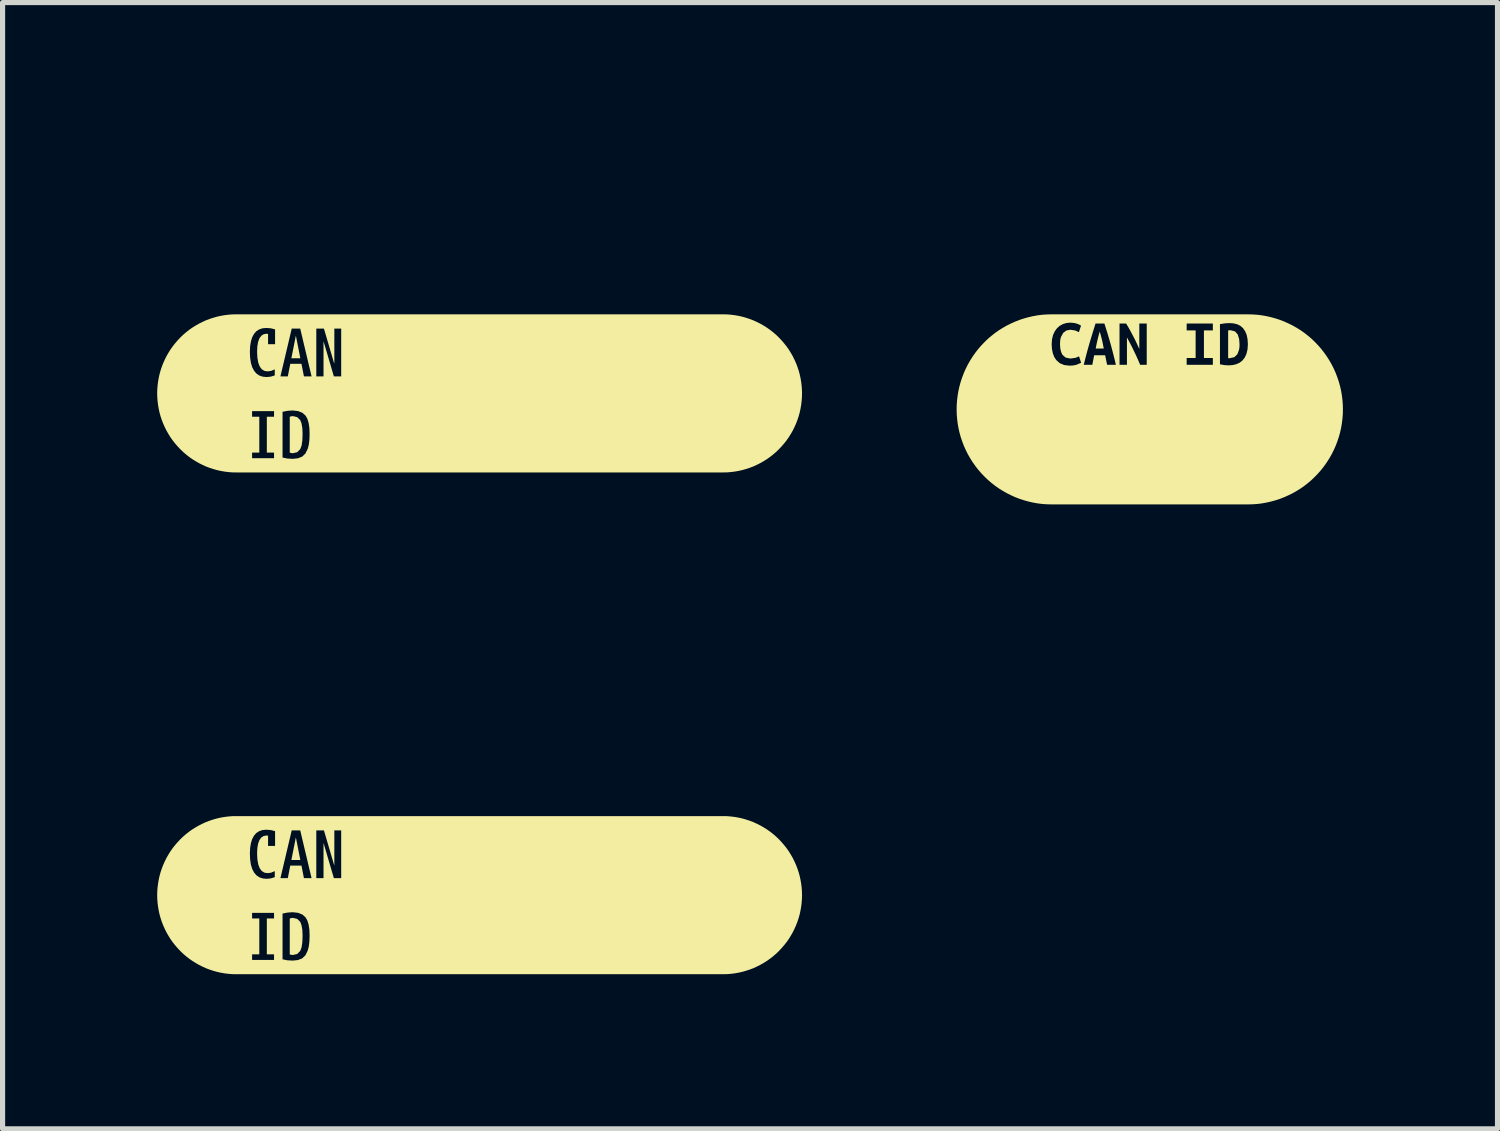
<source format=kicad_pcb>
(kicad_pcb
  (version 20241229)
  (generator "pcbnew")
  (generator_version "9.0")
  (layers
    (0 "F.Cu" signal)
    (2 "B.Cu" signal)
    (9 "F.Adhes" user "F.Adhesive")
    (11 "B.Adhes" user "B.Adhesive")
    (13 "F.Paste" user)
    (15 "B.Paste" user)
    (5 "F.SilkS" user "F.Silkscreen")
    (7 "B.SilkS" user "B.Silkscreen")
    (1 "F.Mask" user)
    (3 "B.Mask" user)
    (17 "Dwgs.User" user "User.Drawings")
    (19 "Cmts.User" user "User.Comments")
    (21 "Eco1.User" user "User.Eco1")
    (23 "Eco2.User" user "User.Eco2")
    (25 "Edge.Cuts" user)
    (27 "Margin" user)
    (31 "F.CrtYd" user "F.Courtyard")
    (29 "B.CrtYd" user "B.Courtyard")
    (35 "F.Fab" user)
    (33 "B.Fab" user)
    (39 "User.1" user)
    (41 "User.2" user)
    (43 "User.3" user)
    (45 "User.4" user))
  (footprint "CAN ID Label"
    (layer "F.Cu")
    (at 6.257 4.584)
    (property "Reference" "CAN ID Label" (at 0 -4.582 0) (layer "F.SilkS") (effects (font (size 0.001 0.001) (thickness 0.15))))
    (attr exclude_from_pos_files exclude_from_bom allow_missing_courtyard)
    (fp_poly (pts (xy -3.653 -0.682) (xy -3.479 -0.682) (xy -3.565 -1.118) (xy -3.566 -1.118) (xy -3.653 -0.682)) (stroke (width 0) (type solid)) (fill yes) (layer "F.SilkS"))
    (fp_poly (pts (xy -3.628 0.44) (xy -3.684 0.452) (xy -3.684 1.151) (xy -3.628 1.162) (xy -3.54 1.142) (xy -3.481 1.082) (xy -3.455 1.014) (xy -3.44 0.916) (xy -3.435 0.788) (xy -3.44 0.673) (xy -3.456 0.582) (xy -3.481 0.518) (xy -3.541 0.46) (xy -3.628 0.44)) (stroke (width 0) (type solid)) (fill yes) (layer "F.SilkS"))
    (fp_poly (pts (xy -4.458 -1.534) (xy -4.722 -1.534) (xy -4.798 -1.533) (xy -4.873 -1.527) (xy -4.947 -1.518) (xy -5.022 -1.505) (xy -5.095 -1.489) (xy -5.168 -1.468) (xy -5.239 -1.445) (xy -5.31 -1.418) (xy -5.378 -1.387) (xy -5.446 -1.353) (xy -5.511 -1.316) (xy -5.575 -1.276) (xy -5.636 -1.233) (xy -5.696 -1.186) (xy -5.753 -1.137) (xy -5.807 -1.085) (xy -5.859 -1.03) (xy -5.908 -0.973) (xy -5.955 -0.914) (xy -5.998 -0.853) (xy -6.038 -0.789) (xy -6.076 -0.723) (xy -6.109 -0.656) (xy -6.14 -0.587) (xy -6.167 -0.517) (xy -6.191 -0.445) (xy -6.211 -0.373) (xy -6.227 -0.299) (xy -6.24 -0.225) (xy -6.249 -0.15) (xy -6.255 -0.075) (xy -6.257 0) (xy -6.255 0.075) (xy -6.249 0.15) (xy -6.24 0.225) (xy -6.227 0.299) (xy -6.211 0.373) (xy -6.191 0.445) (xy -6.167 0.517) (xy -6.14 0.587) (xy -6.109 0.656) (xy -6.076 0.723) (xy -6.038 0.789) (xy -5.998 0.853) (xy -5.955 0.914) (xy -5.908 0.973) (xy -5.859 1.03) (xy -5.807 1.085) (xy -5.753 1.137) (xy -5.696 1.186) (xy -5.636 1.233) (xy -5.575 1.276) (xy -5.511 1.316) (xy -5.446 1.353) (xy -5.378 1.387) (xy -5.31 1.418) (xy -5.239 1.445) (xy -5.168 1.468) (xy -5.095 1.489) (xy -5.022 1.505) (xy -4.947 1.518) (xy -4.873 1.527) (xy -4.798 1.533) (xy -4.722 1.534) (xy -4.458 1.534) (xy -3.989 1.534) (xy -3.989 1.257) (xy -4.415 1.257) (xy -4.415 1.149) (xy -4.275 1.149) (xy -4.275 0.453) (xy -4.415 0.453) (xy -4.415 0.344) (xy -4.136 0.344) (xy -4.136 -0.317) (xy -4.212 -0.325) (xy -4.277 -0.348) (xy -4.332 -0.386) (xy -4.377 -0.44) (xy -4.413 -0.508) (xy -4.438 -0.592) (xy -4.453 -0.692) (xy -4.458 -0.806) (xy -4.453 -0.915) (xy -4.438 -1.009) (xy -4.413 -1.089) (xy -4.378 -1.154) (xy -4.334 -1.205) (xy -4.279 -1.241) (xy -4.215 -1.263) (xy -4.14 -1.27) (xy -4.05 -1.263) (xy -3.969 -1.242) (xy -3.969 -0.955) (xy -4.105 -0.955) (xy -4.105 -1.153) (xy -4.134 -1.158) (xy -4.19 -1.148) (xy -4.236 -1.119) (xy -4.272 -1.07) (xy -4.298 -1.002) (xy -4.313 -0.914) (xy -4.318 -0.806) (xy -4.312 -0.69) (xy -4.295 -0.595) (xy -4.267 -0.522) (xy -4.228 -0.469) (xy -4.177 -0.437) (xy -4.115 -0.427) (xy -4.047 -0.436) (xy -3.975 -0.466) (xy -3.975 -0.349) (xy -4.052 -0.325) (xy -4.136 -0.317) (xy -4.136 0.344) (xy -3.989 0.344) (xy -3.989 0.453) (xy -4.129 0.453) (xy -4.129 1.149) (xy -3.989 1.149) (xy -3.989 1.257) (xy -3.989 1.534) (xy -3.865 1.534) (xy -3.865 -0.33) (xy -3.646 -1.257) (xy -3.481 -1.257) (xy -3.261 -0.33) (xy -3.409 -0.33) (xy -3.457 -0.574) (xy -3.674 -0.574) (xy -3.722 -0.33) (xy -3.865 -0.33) (xy -3.865 1.534) (xy -3.628 1.534) (xy -3.628 1.27) (xy -3.73 1.264) (xy -3.824 1.245) (xy -3.824 0.357) (xy -3.726 0.338) (xy -3.628 0.331) (xy -3.522 0.343) (xy -3.438 0.377) (xy -3.376 0.433) (xy -3.342 0.494) (xy -3.318 0.573) (xy -3.303 0.671) (xy -3.299 0.788) (xy -3.303 0.901) (xy -3.315 0.998) (xy -3.336 1.077) (xy -3.381 1.168) (xy -3.443 1.227) (xy -3.524 1.259) (xy -3.628 1.27) (xy -3.628 1.534) (xy -3.169 1.534) (xy -3.169 -0.33) (xy -3.169 -1.257) (xy -3.021 -1.257) (xy -2.823 -0.584) (xy -2.819 -0.584) (xy -2.819 -1.257) (xy -2.686 -1.257) (xy -2.686 -0.33) (xy -2.828 -0.33) (xy -3.026 -1.003) (xy -3.029 -1.003) (xy -3.029 -0.33) (xy -3.169 -0.33) (xy -3.169 1.534) (xy -2.686 1.534) (xy 4.722 1.534) (xy 4.798 1.533) (xy 4.873 1.527) (xy 4.947 1.518) (xy 5.022 1.505) (xy 5.095 1.489) (xy 5.168 1.468) (xy 5.239 1.445) (xy 5.31 1.418) (xy 5.378 1.387) (xy 5.446 1.353) (xy 5.511 1.316) (xy 5.575 1.276) (xy 5.636 1.233) (xy 5.696 1.186) (xy 5.753 1.137) (xy 5.807 1.085) (xy 5.859 1.03) (xy 5.908 0.973) (xy 5.955 0.914) (xy 5.998 0.853) (xy 6.038 0.789) (xy 6.076 0.723) (xy 6.109 0.656) (xy 6.14 0.587) (xy 6.167 0.517) (xy 6.191 0.445) (xy 6.211 0.373) (xy 6.227 0.299) (xy 6.24 0.225) (xy 6.249 0.15) (xy 6.255 0.075) (xy 6.257 0) (xy 6.255 -0.075) (xy 6.249 -0.15) (xy 6.24 -0.225) (xy 6.227 -0.299) (xy 6.211 -0.373) (xy 6.191 -0.445) (xy 6.167 -0.517) (xy 6.14 -0.587) (xy 6.109 -0.656) (xy 6.076 -0.723) (xy 6.038 -0.789) (xy 5.998 -0.853) (xy 5.955 -0.914) (xy 5.908 -0.973) (xy 5.859 -1.03) (xy 5.807 -1.085) (xy 5.753 -1.137) (xy 5.696 -1.186) (xy 5.636 -1.233) (xy 5.575 -1.276) (xy 5.511 -1.316) (xy 5.446 -1.353) (xy 5.378 -1.387) (xy 5.31 -1.418) (xy 5.239 -1.445) (xy 5.168 -1.468) (xy 5.095 -1.489) (xy 5.022 -1.505) (xy 4.947 -1.518) (xy 4.873 -1.527) (xy 4.798 -1.533) (xy 4.722 -1.534) (xy -2.686 -1.534) (xy -4.458 -1.534)) (stroke (width 0) (type solid)) (fill yes) (layer "F.SilkS")))
  (footprint "CAN ID Label 2"
    (layer "F.Cu")
    (at 19.262 4.894)
    (property "Reference" "CAN ID Label 2" (at 0 -4.892 0) (layer "F.SilkS") (effects (font (size 0.001 0.001) (thickness 0.15))))
    (attr board_only exclude_from_pos_files exclude_from_bom)
    (fp_poly (pts (xy -0.971 -1.51) (xy -0.995 -1.424) (xy -1.015 -1.344) (xy -1.033 -1.264) (xy -1.049 -1.181) (xy -0.893 -1.181) (xy -0.909 -1.264) (xy -0.926 -1.344) (xy -0.947 -1.424) (xy -0.971 -1.51)) (stroke (width 0) (type solid)) (fill yes) (layer "F.SilkS"))
    (fp_poly (pts (xy 1.521 -0.994) (xy 1.535 -0.993) (xy 1.55 -0.993) (xy 1.641 -1.013) (xy 1.7 -1.07) (xy 1.732 -1.156) (xy 1.74 -1.208) (xy 1.742 -1.265) (xy 1.734 -1.366) (xy 1.707 -1.453) (xy 1.654 -1.513) (xy 1.568 -1.536) (xy 1.544 -1.535) (xy 1.521 -1.532) (xy 1.521 -0.994)) (stroke (width 0) (type solid)) (fill yes) (layer "F.SilkS"))
    (fp_poly (pts (xy -1.904 -1.844) (xy -1.904 -1.844) (xy -1.994 -1.842) (xy -2.085 -1.836) (xy -2.174 -1.825) (xy -2.264 -1.809) (xy -2.352 -1.789) (xy -2.439 -1.765) (xy -2.525 -1.737) (xy -2.61 -1.704) (xy -2.692 -1.667) (xy -2.773 -1.627) (xy -2.852 -1.582) (xy -2.929 -1.534) (xy -3.003 -1.482) (xy -3.074 -1.426) (xy -3.143 -1.367) (xy -3.208 -1.304) (xy -3.27 -1.239) (xy -3.33 -1.17) (xy -3.385 -1.099) (xy -3.437 -1.025) (xy -3.486 -0.948) (xy -3.531 -0.869) (xy -3.571 -0.789) (xy -3.608 -0.706) (xy -3.64 -0.621) (xy -3.669 -0.535) (xy -3.693 -0.448) (xy -3.713 -0.36) (xy -3.728 -0.271) (xy -3.739 -0.181) (xy -3.746 -0.091) (xy -3.748 0) (xy -3.746 0.091) (xy -3.739 0.181) (xy -3.728 0.271) (xy -3.713 0.36) (xy -3.693 0.448) (xy -3.669 0.535) (xy -3.64 0.621) (xy -3.608 0.706) (xy -3.571 0.789) (xy -3.531 0.869) (xy -3.486 0.948) (xy -3.437 1.025) (xy -3.385 1.099) (xy -3.33 1.17) (xy -3.27 1.239) (xy -3.208 1.304) (xy -3.143 1.367) (xy -3.074 1.426) (xy -3.003 1.482) (xy -2.929 1.534) (xy -2.852 1.582) (xy -2.773 1.627) (xy -2.692 1.667) (xy -2.61 1.704) (xy -2.525 1.737) (xy -2.439 1.765) (xy -2.352 1.789) (xy -2.264 1.809) (xy -2.174 1.825) (xy -2.085 1.836) (xy -1.994 1.842) (xy -1.904 1.844) (xy -1.904 1.844) (xy -1.556 1.844) (xy -1.556 -0.848) (xy -1.66 -0.86) (xy -1.746 -0.896) (xy -1.815 -0.957) (xy -1.854 -1.017) (xy -1.881 -1.088) (xy -1.898 -1.171) (xy -1.904 -1.265) (xy -1.897 -1.36) (xy -1.877 -1.443) (xy -1.844 -1.514) (xy -1.801 -1.574) (xy -1.748 -1.621) (xy -1.686 -1.655) (xy -1.616 -1.676) (xy -1.541 -1.683) (xy -1.464 -1.676) (xy -1.404 -1.66) (xy -1.36 -1.64) (xy -1.334 -1.625) (xy -1.375 -1.498) (xy -1.447 -1.531) (xy -1.543 -1.545) (xy -1.616 -1.531) (xy -1.679 -1.486) (xy -1.725 -1.401) (xy -1.738 -1.342) (xy -1.742 -1.269) (xy -1.737 -1.185) (xy -1.721 -1.115) (xy -1.695 -1.059) (xy -1.633 -1.005) (xy -1.541 -0.986) (xy -1.438 -1.001) (xy -1.373 -1.029) (xy -1.332 -0.904) (xy -1.424 -0.865) (xy -1.485 -0.852) (xy -1.556 -0.848) (xy -1.556 1.844) (xy -0.828 1.844) (xy -0.828 -0.865) (xy -0.866 -1.05) (xy -1.079 -1.05) (xy -1.115 -0.865) (xy -1.281 -0.865) (xy -1.258 -0.958) (xy -1.235 -1.047) (xy -1.212 -1.134) (xy -1.189 -1.216) (xy -1.166 -1.296) (xy -1.137 -1.392) (xy -1.109 -1.485) (xy -1.081 -1.576) (xy -1.053 -1.665) (xy -0.88 -1.665) (xy -0.852 -1.576) (xy -0.823 -1.484) (xy -0.795 -1.389) (xy -0.767 -1.292) (xy -0.745 -1.212) (xy -0.723 -1.129) (xy -0.701 -1.044) (xy -0.679 -0.956) (xy -0.658 -0.865) (xy -0.828 -0.865) (xy -0.828 1.844) (xy -0.187 1.844) (xy -0.187 -0.865) (xy -0.225 -0.954) (xy -0.264 -1.042) (xy -0.306 -1.13) (xy -0.349 -1.219) (xy -0.395 -1.307) (xy -0.443 -1.396) (xy -0.443 -0.865) (xy -0.587 -0.865) (xy -0.587 -1.665) (xy -0.459 -1.665) (xy -0.423 -1.606) (xy -0.386 -1.541) (xy -0.351 -1.475) (xy -0.316 -1.409) (xy -0.283 -1.344) (xy -0.253 -1.281) (xy -0.226 -1.223) (xy -0.203 -1.172) (xy -0.203 -1.665) (xy -0.059 -1.665) (xy -0.059 -0.865) (xy -0.187 -0.865) (xy -0.187 1.844) (xy 0.716 1.844) (xy 0.716 -0.865) (xy 0.716 -0.997) (xy 0.89 -0.997) (xy 0.89 -1.533) (xy 0.716 -1.533) (xy 0.716 -1.665) (xy 1.224 -1.665) (xy 1.224 -1.533) (xy 1.051 -1.533) (xy 1.051 -0.997) (xy 1.224 -0.997) (xy 1.224 -0.865) (xy 0.716 -0.865) (xy 0.716 1.844) (xy 1.533 1.844) (xy 1.533 -0.854) (xy 1.449 -0.859) (xy 1.362 -0.874) (xy 1.362 -1.654) (xy 1.464 -1.67) (xy 1.553 -1.674) (xy 1.629 -1.668) (xy 1.698 -1.651) (xy 1.758 -1.621) (xy 1.808 -1.578) (xy 1.848 -1.521) (xy 1.879 -1.451) (xy 1.897 -1.366) (xy 1.904 -1.265) (xy 1.897 -1.163) (xy 1.876 -1.076) (xy 1.843 -1.005) (xy 1.799 -0.949) (xy 1.745 -0.906) (xy 1.682 -0.877) (xy 1.611 -0.86) (xy 1.533 -0.854) (xy 1.533 1.844) (xy 1.904 1.844) (xy 1.904 1.844) (xy 1.994 1.842) (xy 2.085 1.836) (xy 2.174 1.825) (xy 2.264 1.809) (xy 2.352 1.789) (xy 2.439 1.765) (xy 2.525 1.737) (xy 2.61 1.704) (xy 2.692 1.667) (xy 2.773 1.627) (xy 2.852 1.582) (xy 2.929 1.534) (xy 3.003 1.482) (xy 3.074 1.426) (xy 3.143 1.367) (xy 3.208 1.304) (xy 3.27 1.239) (xy 3.33 1.17) (xy 3.385 1.099) (xy 3.437 1.025) (xy 3.486 0.948) (xy 3.531 0.869) (xy 3.571 0.789) (xy 3.608 0.706) (xy 3.64 0.621) (xy 3.669 0.535) (xy 3.693 0.448) (xy 3.713 0.36) (xy 3.728 0.271) (xy 3.739 0.181) (xy 3.746 0.091) (xy 3.748 0) (xy 3.746 -0.091) (xy 3.739 -0.181) (xy 3.728 -0.271) (xy 3.713 -0.36) (xy 3.693 -0.448) (xy 3.669 -0.535) (xy 3.64 -0.621) (xy 3.608 -0.706) (xy 3.571 -0.789) (xy 3.531 -0.869) (xy 3.486 -0.948) (xy 3.437 -1.025) (xy 3.385 -1.099) (xy 3.33 -1.17) (xy 3.27 -1.239) (xy 3.208 -1.304) (xy 3.143 -1.367) (xy 3.074 -1.426) (xy 3.003 -1.482) (xy 2.929 -1.534) (xy 2.852 -1.582) (xy 2.773 -1.627) (xy 2.692 -1.667) (xy 2.61 -1.704) (xy 2.525 -1.737) (xy 2.439 -1.765) (xy 2.352 -1.789) (xy 2.264 -1.809) (xy 2.174 -1.825) (xy 2.085 -1.836) (xy 1.994 -1.842) (xy 1.904 -1.844) (xy 1.904 -1.844) (xy -1.904 -1.844)) (stroke (width 0) (type solid)) (fill yes) (layer "F.SilkS")))
  (footprint "CAN ID lablel"
    (layer "F.Cu")
    (at 6.257 14.321)
    (property "Reference" "CAN ID lablel" (at 0 -4.582 0) (layer "F.SilkS") (effects (font (size 0.001 0.001) (thickness 0.15))))
    (attr exclude_from_pos_files exclude_from_bom allow_missing_courtyard)
    (fp_poly (pts (xy -3.653 -0.682) (xy -3.479 -0.682) (xy -3.565 -1.118) (xy -3.566 -1.118) (xy -3.653 -0.682)) (stroke (width 0) (type solid)) (fill yes) (layer "F.SilkS"))
    (fp_poly (pts (xy -3.628 0.44) (xy -3.684 0.452) (xy -3.684 1.151) (xy -3.628 1.162) (xy -3.54 1.142) (xy -3.481 1.082) (xy -3.455 1.014) (xy -3.44 0.916) (xy -3.435 0.788) (xy -3.44 0.673) (xy -3.456 0.582) (xy -3.481 0.518) (xy -3.541 0.46) (xy -3.628 0.44)) (stroke (width 0) (type solid)) (fill yes) (layer "F.SilkS"))
    (fp_poly (pts (xy -4.458 -1.534) (xy -4.722 -1.534) (xy -4.798 -1.533) (xy -4.873 -1.527) (xy -4.947 -1.518) (xy -5.022 -1.505) (xy -5.095 -1.489) (xy -5.168 -1.468) (xy -5.239 -1.445) (xy -5.31 -1.418) (xy -5.378 -1.387) (xy -5.446 -1.353) (xy -5.511 -1.316) (xy -5.575 -1.276) (xy -5.636 -1.233) (xy -5.696 -1.186) (xy -5.753 -1.137) (xy -5.807 -1.085) (xy -5.859 -1.03) (xy -5.908 -0.973) (xy -5.955 -0.914) (xy -5.998 -0.853) (xy -6.038 -0.789) (xy -6.076 -0.723) (xy -6.109 -0.656) (xy -6.14 -0.587) (xy -6.167 -0.517) (xy -6.191 -0.445) (xy -6.211 -0.373) (xy -6.227 -0.299) (xy -6.24 -0.225) (xy -6.249 -0.15) (xy -6.255 -0.075) (xy -6.257 0) (xy -6.255 0.075) (xy -6.249 0.15) (xy -6.24 0.225) (xy -6.227 0.299) (xy -6.211 0.373) (xy -6.191 0.445) (xy -6.167 0.517) (xy -6.14 0.587) (xy -6.109 0.656) (xy -6.076 0.723) (xy -6.038 0.789) (xy -5.998 0.853) (xy -5.955 0.914) (xy -5.908 0.973) (xy -5.859 1.03) (xy -5.807 1.085) (xy -5.753 1.137) (xy -5.696 1.186) (xy -5.636 1.233) (xy -5.575 1.276) (xy -5.511 1.316) (xy -5.446 1.353) (xy -5.378 1.387) (xy -5.31 1.418) (xy -5.239 1.445) (xy -5.168 1.468) (xy -5.095 1.489) (xy -5.022 1.505) (xy -4.947 1.518) (xy -4.873 1.527) (xy -4.798 1.533) (xy -4.722 1.534) (xy -4.458 1.534) (xy -3.989 1.534) (xy -3.989 1.257) (xy -4.415 1.257) (xy -4.415 1.149) (xy -4.275 1.149) (xy -4.275 0.453) (xy -4.415 0.453) (xy -4.415 0.344) (xy -4.136 0.344) (xy -4.136 -0.317) (xy -4.212 -0.325) (xy -4.277 -0.348) (xy -4.332 -0.386) (xy -4.377 -0.44) (xy -4.413 -0.508) (xy -4.438 -0.592) (xy -4.453 -0.692) (xy -4.458 -0.806) (xy -4.453 -0.915) (xy -4.438 -1.009) (xy -4.413 -1.089) (xy -4.378 -1.154) (xy -4.334 -1.205) (xy -4.279 -1.241) (xy -4.215 -1.263) (xy -4.14 -1.27) (xy -4.05 -1.263) (xy -3.969 -1.242) (xy -3.969 -0.955) (xy -4.105 -0.955) (xy -4.105 -1.153) (xy -4.134 -1.158) (xy -4.19 -1.148) (xy -4.236 -1.119) (xy -4.272 -1.07) (xy -4.298 -1.002) (xy -4.313 -0.914) (xy -4.318 -0.806) (xy -4.312 -0.69) (xy -4.295 -0.595) (xy -4.267 -0.522) (xy -4.228 -0.469) (xy -4.177 -0.437) (xy -4.115 -0.427) (xy -4.047 -0.436) (xy -3.975 -0.466) (xy -3.975 -0.349) (xy -4.052 -0.325) (xy -4.136 -0.317) (xy -4.136 0.344) (xy -3.989 0.344) (xy -3.989 0.453) (xy -4.129 0.453) (xy -4.129 1.149) (xy -3.989 1.149) (xy -3.989 1.257) (xy -3.989 1.534) (xy -3.865 1.534) (xy -3.865 -0.33) (xy -3.646 -1.257) (xy -3.481 -1.257) (xy -3.261 -0.33) (xy -3.409 -0.33) (xy -3.457 -0.574) (xy -3.674 -0.574) (xy -3.722 -0.33) (xy -3.865 -0.33) (xy -3.865 1.534) (xy -3.628 1.534) (xy -3.628 1.27) (xy -3.73 1.264) (xy -3.824 1.245) (xy -3.824 0.357) (xy -3.726 0.338) (xy -3.628 0.331) (xy -3.522 0.343) (xy -3.438 0.377) (xy -3.376 0.433) (xy -3.342 0.494) (xy -3.318 0.573) (xy -3.303 0.671) (xy -3.299 0.788) (xy -3.303 0.901) (xy -3.315 0.998) (xy -3.336 1.077) (xy -3.381 1.168) (xy -3.443 1.227) (xy -3.524 1.259) (xy -3.628 1.27) (xy -3.628 1.534) (xy -3.169 1.534) (xy -3.169 -0.33) (xy -3.169 -1.257) (xy -3.021 -1.257) (xy -2.823 -0.584) (xy -2.819 -0.584) (xy -2.819 -1.257) (xy -2.686 -1.257) (xy -2.686 -0.33) (xy -2.828 -0.33) (xy -3.026 -1.003) (xy -3.029 -1.003) (xy -3.029 -0.33) (xy -3.169 -0.33) (xy -3.169 1.534) (xy -2.686 1.534) (xy 4.722 1.534) (xy 4.798 1.533) (xy 4.873 1.527) (xy 4.947 1.518) (xy 5.022 1.505) (xy 5.095 1.489) (xy 5.168 1.468) (xy 5.239 1.445) (xy 5.31 1.418) (xy 5.378 1.387) (xy 5.446 1.353) (xy 5.511 1.316) (xy 5.575 1.276) (xy 5.636 1.233) (xy 5.696 1.186) (xy 5.753 1.137) (xy 5.807 1.085) (xy 5.859 1.03) (xy 5.908 0.973) (xy 5.955 0.914) (xy 5.998 0.853) (xy 6.038 0.789) (xy 6.076 0.723) (xy 6.109 0.656) (xy 6.14 0.587) (xy 6.167 0.517) (xy 6.191 0.445) (xy 6.211 0.373) (xy 6.227 0.299) (xy 6.24 0.225) (xy 6.249 0.15) (xy 6.255 0.075) (xy 6.257 0) (xy 6.255 -0.075) (xy 6.249 -0.15) (xy 6.24 -0.225) (xy 6.227 -0.299) (xy 6.211 -0.373) (xy 6.191 -0.445) (xy 6.167 -0.517) (xy 6.14 -0.587) (xy 6.109 -0.656) (xy 6.076 -0.723) (xy 6.038 -0.789) (xy 5.998 -0.853) (xy 5.955 -0.914) (xy 5.908 -0.973) (xy 5.859 -1.03) (xy 5.807 -1.085) (xy 5.753 -1.137) (xy 5.696 -1.186) (xy 5.636 -1.233) (xy 5.575 -1.276) (xy 5.511 -1.316) (xy 5.446 -1.353) (xy 5.378 -1.387) (xy 5.31 -1.418) (xy 5.239 -1.445) (xy 5.168 -1.468) (xy 5.095 -1.489) (xy 5.022 -1.505) (xy 4.947 -1.518) (xy 4.873 -1.527) (xy 4.798 -1.533) (xy 4.722 -1.534) (xy -2.686 -1.534) (xy -4.458 -1.534)) (stroke (width 0) (type solid)) (fill yes) (layer "F.SilkS")))
  (gr_rect
    (start -3 -3)
    (end 26.01 18.856)
    (stroke (width 0.1) (type default))
    (fill no)
    (layer "Edge.Cuts")))
</source>
